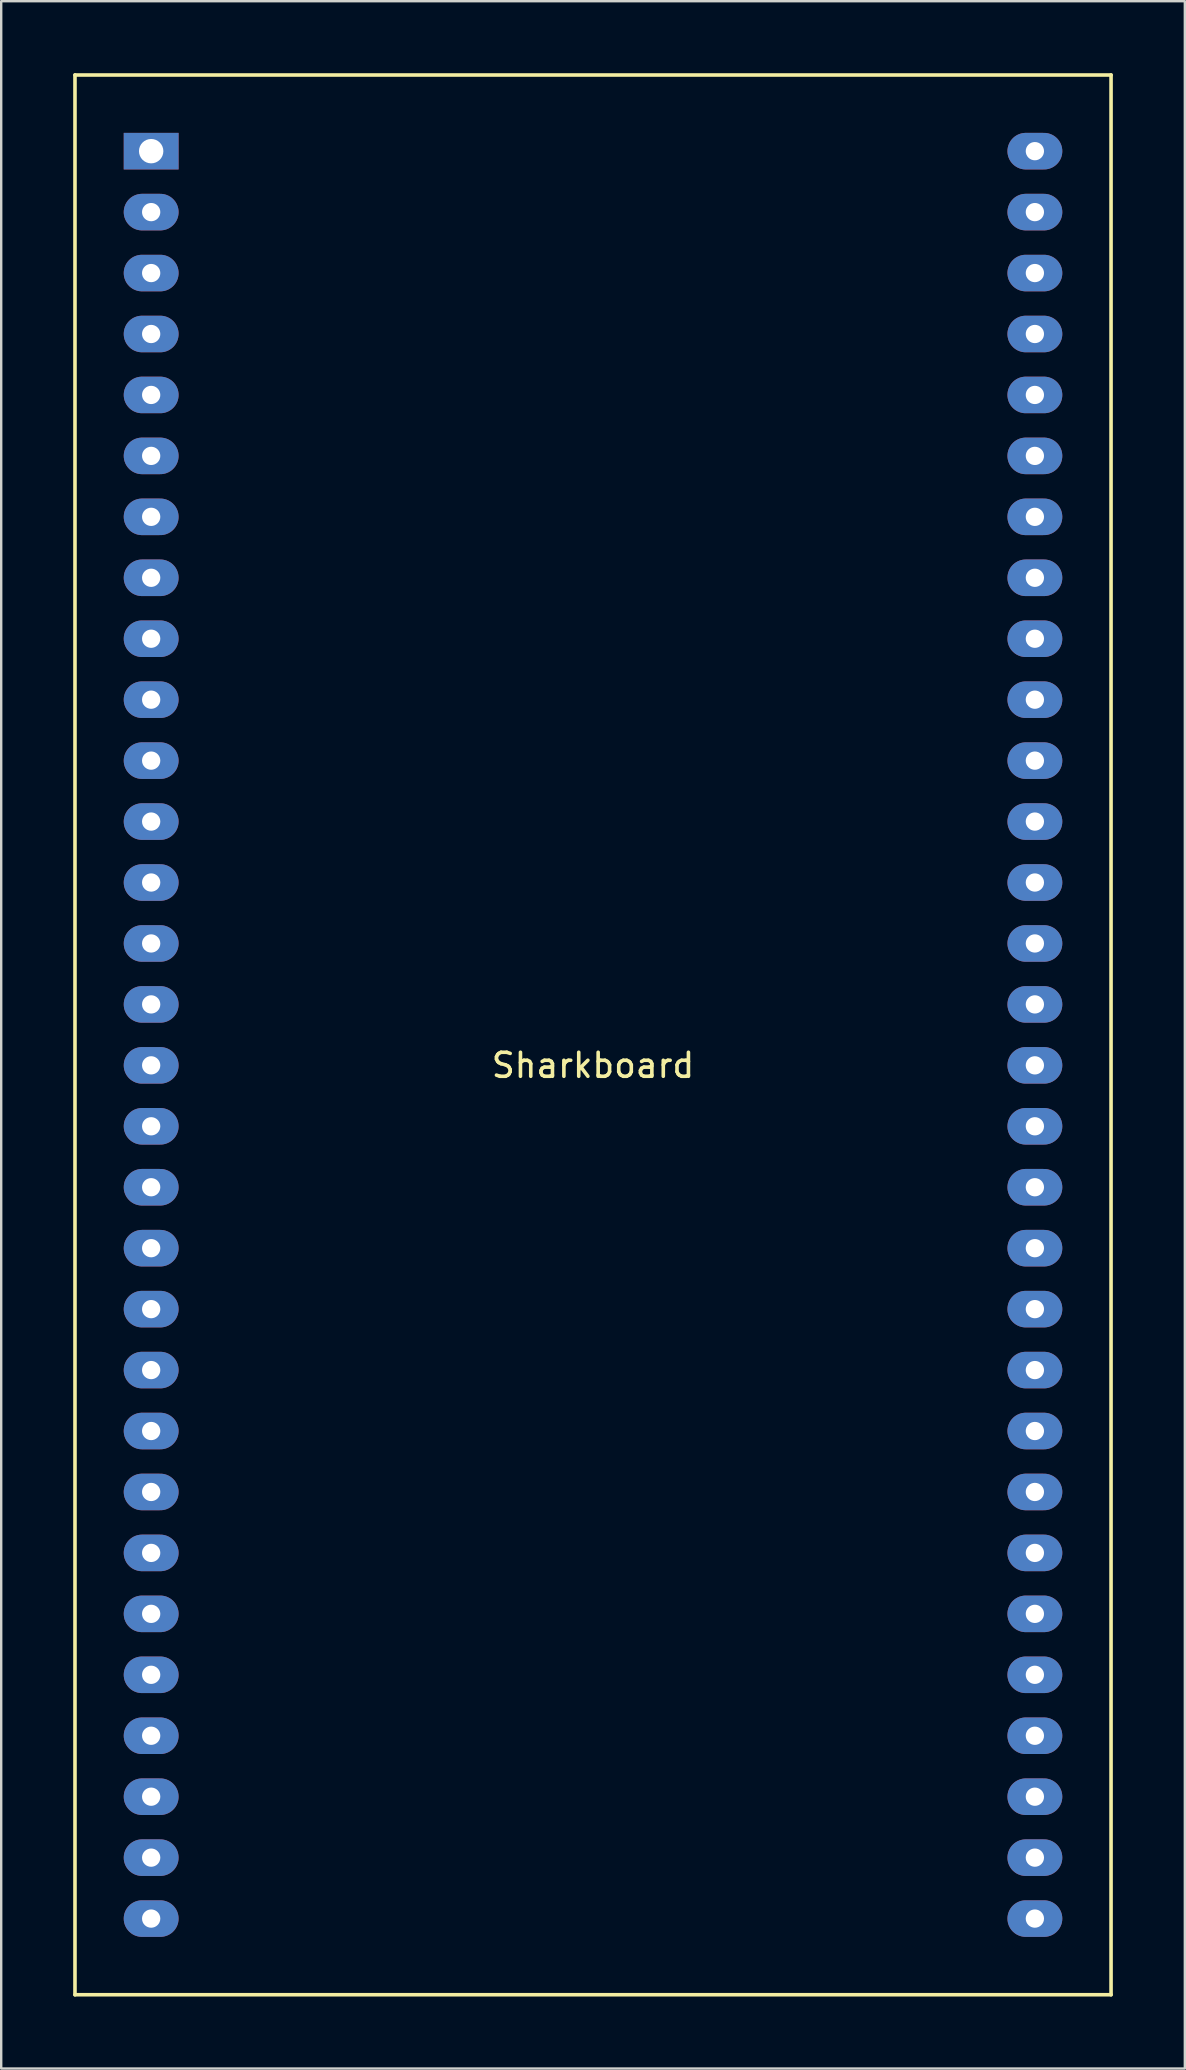
<source format=kicad_pcb>
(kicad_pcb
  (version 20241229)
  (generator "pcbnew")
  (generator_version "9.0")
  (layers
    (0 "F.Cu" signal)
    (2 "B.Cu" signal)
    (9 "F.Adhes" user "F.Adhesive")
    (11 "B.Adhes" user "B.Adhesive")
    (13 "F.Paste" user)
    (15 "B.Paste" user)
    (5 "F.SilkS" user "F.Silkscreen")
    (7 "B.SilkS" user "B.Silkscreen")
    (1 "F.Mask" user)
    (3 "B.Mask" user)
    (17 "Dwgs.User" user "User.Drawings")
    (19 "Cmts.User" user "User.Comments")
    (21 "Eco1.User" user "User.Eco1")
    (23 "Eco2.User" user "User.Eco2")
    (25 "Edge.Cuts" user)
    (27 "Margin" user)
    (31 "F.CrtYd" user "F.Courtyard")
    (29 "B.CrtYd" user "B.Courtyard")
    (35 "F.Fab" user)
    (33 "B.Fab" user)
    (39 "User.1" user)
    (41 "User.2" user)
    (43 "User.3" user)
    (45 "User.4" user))
  (footprint "Sharkboard"
    (layer "F.Cu")
    (at 21.665 41.35)
    (property "Reference" "Sharkboard" (at 0 0 0) (layer "F.SilkS") (effects (font (size 1 1) (thickness 0.15))))
    (attr through_hole)
    (fp_line (start -21.59 -41.275) (end -21.59 38.735) (stroke (width 0.15) (type solid)) (layer "F.SilkS"))
    (fp_line (start -21.59 38.735) (end 21.59 38.735) (stroke (width 0.15) (type solid)) (layer "F.SilkS"))
    (fp_line (start 21.59 -41.275) (end -21.59 -41.275) (stroke (width 0.15) (type solid)) (layer "F.SilkS"))
    (fp_line (start 21.59 38.735) (end 21.59 -41.275) (stroke (width 0.15) (type solid)) (layer "F.SilkS"))
    (pad "1" thru_hole rect (at -18.415 -38.1) (size 2.286 1.524) (drill 1.016) (layers "*.Cu" "*.Mask"))
    (pad "2" thru_hole oval (at -18.415 -35.56) (size 2.286 1.524) (drill 0.762) (layers "*.Cu" "*.Mask"))
    (pad "3" thru_hole oval (at -18.415 -33.02) (size 2.286 1.524) (drill 0.762) (layers "*.Cu" "*.Mask"))
    (pad "4" thru_hole oval (at -18.415 -30.48) (size 2.286 1.524) (drill 0.762) (layers "*.Cu" "*.Mask"))
    (pad "5" thru_hole oval (at -18.415 -27.94) (size 2.286 1.524) (drill 0.762) (layers "*.Cu" "*.Mask"))
    (pad "6" thru_hole oval (at -18.415 -25.4) (size 2.286 1.524) (drill 0.762) (layers "*.Cu" "*.Mask"))
    (pad "7" thru_hole oval (at -18.415 -22.86) (size 2.286 1.524) (drill 0.762) (layers "*.Cu" "*.Mask"))
    (pad "8" thru_hole oval (at -18.415 -20.32) (size 2.286 1.524) (drill 0.762) (layers "*.Cu" "*.Mask"))
    (pad "9" thru_hole oval (at -18.415 -17.78) (size 2.286 1.524) (drill 0.762) (layers "*.Cu" "*.Mask"))
    (pad "10" thru_hole oval (at -18.415 -15.24) (size 2.286 1.524) (drill 0.762) (layers "*.Cu" "*.Mask"))
    (pad "11" thru_hole oval (at -18.415 -12.7) (size 2.286 1.524) (drill 0.762) (layers "*.Cu" "*.Mask"))
    (pad "12" thru_hole oval (at -18.415 -10.16) (size 2.286 1.524) (drill 0.762) (layers "*.Cu" "*.Mask"))
    (pad "13" thru_hole oval (at -18.415 -7.62) (size 2.286 1.524) (drill 0.762) (layers "*.Cu" "*.Mask"))
    (pad "14" thru_hole oval (at -18.415 -5.08) (size 2.286 1.524) (drill 0.762) (layers "*.Cu" "*.Mask"))
    (pad "15" thru_hole oval (at -18.415 -2.54) (size 2.286 1.524) (drill 0.762) (layers "*.Cu" "*.Mask"))
    (pad "16" thru_hole oval (at -18.415 0) (size 2.286 1.524) (drill 0.762) (layers "*.Cu" "*.Mask"))
    (pad "17" thru_hole oval (at -18.415 2.54) (size 2.286 1.524) (drill 0.762) (layers "*.Cu" "*.Mask"))
    (pad "18" thru_hole oval (at -18.415 5.08) (size 2.286 1.524) (drill 0.762) (layers "*.Cu" "*.Mask"))
    (pad "19" thru_hole oval (at -18.415 7.62) (size 2.286 1.524) (drill 0.762) (layers "*.Cu" "*.Mask"))
    (pad "20" thru_hole oval (at -18.415 10.16) (size 2.286 1.524) (drill 0.762) (layers "*.Cu" "*.Mask"))
    (pad "21" thru_hole oval (at -18.415 12.7) (size 2.286 1.524) (drill 0.762) (layers "*.Cu" "*.Mask"))
    (pad "22" thru_hole oval (at -18.415 15.24) (size 2.286 1.524) (drill 0.762) (layers "*.Cu" "*.Mask"))
    (pad "23" thru_hole oval (at -18.415 17.78) (size 2.286 1.524) (drill 0.762) (layers "*.Cu" "*.Mask"))
    (pad "24" thru_hole oval (at -18.415 20.32) (size 2.286 1.524) (drill 0.762) (layers "*.Cu" "*.Mask"))
    (pad "25" thru_hole oval (at -18.415 22.86) (size 2.286 1.524) (drill 0.762) (layers "*.Cu" "*.Mask"))
    (pad "26" thru_hole oval (at -18.415 25.4) (size 2.286 1.524) (drill 0.762) (layers "*.Cu" "*.Mask"))
    (pad "27" thru_hole oval (at -18.415 27.94) (size 2.286 1.524) (drill 0.762) (layers "*.Cu" "*.Mask"))
    (pad "28" thru_hole oval (at -18.415 30.48) (size 2.286 1.524) (drill 0.762) (layers "*.Cu" "*.Mask"))
    (pad "29" thru_hole oval (at -18.415 33.02) (size 2.286 1.524) (drill 0.762) (layers "*.Cu" "*.Mask"))
    (pad "30" thru_hole oval (at -18.415 35.56) (size 2.286 1.524) (drill 0.762) (layers "*.Cu" "*.Mask"))
    (pad "31" thru_hole oval (at 18.415 35.56) (size 2.286 1.524) (drill 0.762) (layers "*.Cu" "*.Mask"))
    (pad "32" thru_hole oval (at 18.415 33.02) (size 2.286 1.524) (drill 0.762) (layers "*.Cu" "*.Mask"))
    (pad "33" thru_hole oval (at 18.415 30.48) (size 2.286 1.524) (drill 0.762) (layers "*.Cu" "*.Mask"))
    (pad "34" thru_hole oval (at 18.415 27.94) (size 2.286 1.524) (drill 0.762) (layers "*.Cu" "*.Mask"))
    (pad "35" thru_hole oval (at 18.415 25.4) (size 2.286 1.524) (drill 0.762) (layers "*.Cu" "*.Mask"))
    (pad "36" thru_hole oval (at 18.415 22.86) (size 2.286 1.524) (drill 0.762) (layers "*.Cu" "*.Mask"))
    (pad "37" thru_hole oval (at 18.415 20.32) (size 2.286 1.524) (drill 0.762) (layers "*.Cu" "*.Mask"))
    (pad "38" thru_hole oval (at 18.415 17.78) (size 2.286 1.524) (drill 0.762) (layers "*.Cu" "*.Mask"))
    (pad "39" thru_hole oval (at 18.415 15.24) (size 2.286 1.524) (drill 0.762) (layers "*.Cu" "*.Mask"))
    (pad "40" thru_hole oval (at 18.415 12.7) (size 2.286 1.524) (drill 0.762) (layers "*.Cu" "*.Mask"))
    (pad "41" thru_hole oval (at 18.415 10.16) (size 2.286 1.524) (drill 0.762) (layers "*.Cu" "*.Mask"))
    (pad "42" thru_hole oval (at 18.415 7.62) (size 2.286 1.524) (drill 0.762) (layers "*.Cu" "*.Mask"))
    (pad "43" thru_hole oval (at 18.415 5.08) (size 2.286 1.524) (drill 0.762) (layers "*.Cu" "*.Mask"))
    (pad "44" thru_hole oval (at 18.415 2.54) (size 2.286 1.524) (drill 0.762) (layers "*.Cu" "*.Mask"))
    (pad "45" thru_hole oval (at 18.415 0) (size 2.286 1.524) (drill 0.762) (layers "*.Cu" "*.Mask"))
    (pad "46" thru_hole oval (at 18.415 -2.54) (size 2.286 1.524) (drill 0.762) (layers "*.Cu" "*.Mask"))
    (pad "47" thru_hole oval (at 18.415 -5.08) (size 2.286 1.524) (drill 0.762) (layers "*.Cu" "*.Mask"))
    (pad "48" thru_hole oval (at 18.415 -7.62) (size 2.286 1.524) (drill 0.762) (layers "*.Cu" "*.Mask"))
    (pad "49" thru_hole oval (at 18.415 -10.16) (size 2.286 1.524) (drill 0.762) (layers "*.Cu" "*.Mask"))
    (pad "50" thru_hole oval (at 18.415 -12.7) (size 2.286 1.524) (drill 0.762) (layers "*.Cu" "*.Mask"))
    (pad "51" thru_hole oval (at 18.415 -15.24) (size 2.286 1.524) (drill 0.762) (layers "*.Cu" "*.Mask"))
    (pad "52" thru_hole oval (at 18.415 -17.78) (size 2.286 1.524) (drill 0.762) (layers "*.Cu" "*.Mask"))
    (pad "53" thru_hole oval (at 18.415 -20.32) (size 2.286 1.524) (drill 0.762) (layers "*.Cu" "*.Mask"))
    (pad "54" thru_hole oval (at 18.415 -22.86) (size 2.286 1.524) (drill 0.762) (layers "*.Cu" "*.Mask"))
    (pad "55" thru_hole oval (at 18.415 -25.4) (size 2.286 1.524) (drill 0.762) (layers "*.Cu" "*.Mask"))
    (pad "56" thru_hole oval (at 18.415 -27.94) (size 2.286 1.524) (drill 0.762) (layers "*.Cu" "*.Mask"))
    (pad "57" thru_hole oval (at 18.415 -30.48) (size 2.286 1.524) (drill 0.762) (layers "*.Cu" "*.Mask"))
    (pad "58" thru_hole oval (at 18.415 -33.02) (size 2.286 1.524) (drill 0.762) (layers "*.Cu" "*.Mask"))
    (pad "59" thru_hole oval (at 18.415 -35.56) (size 2.286 1.524) (drill 0.762) (layers "*.Cu" "*.Mask"))
    (pad "60" thru_hole oval (at 18.415 -38.1) (size 2.286 1.524) (drill 0.762) (layers "*.Cu" "*.Mask")))
  (gr_rect
    (start -3 -3)
    (end 46.33 83.16)
    (stroke (width 0.1) (type default))
    (fill no)
    (layer "Edge.Cuts")))
</source>
